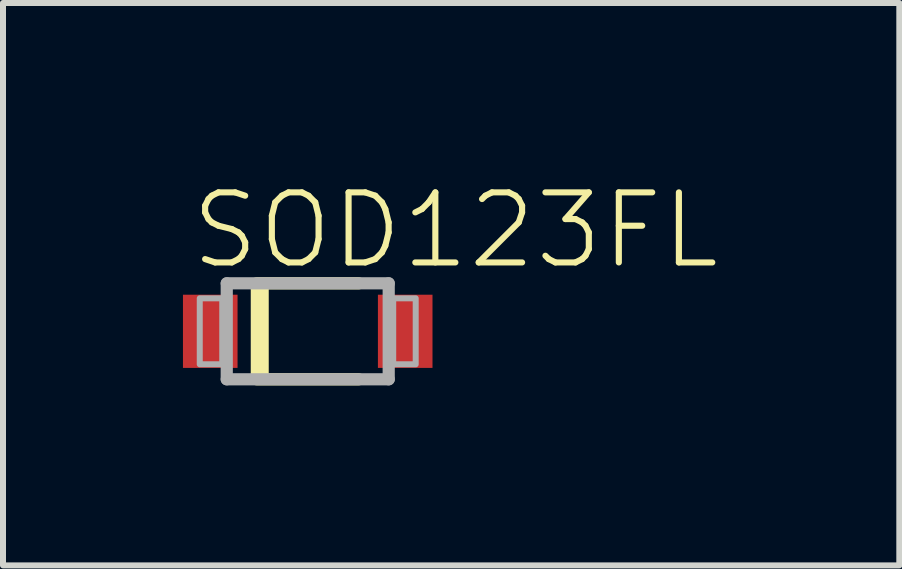
<source format=kicad_pcb>
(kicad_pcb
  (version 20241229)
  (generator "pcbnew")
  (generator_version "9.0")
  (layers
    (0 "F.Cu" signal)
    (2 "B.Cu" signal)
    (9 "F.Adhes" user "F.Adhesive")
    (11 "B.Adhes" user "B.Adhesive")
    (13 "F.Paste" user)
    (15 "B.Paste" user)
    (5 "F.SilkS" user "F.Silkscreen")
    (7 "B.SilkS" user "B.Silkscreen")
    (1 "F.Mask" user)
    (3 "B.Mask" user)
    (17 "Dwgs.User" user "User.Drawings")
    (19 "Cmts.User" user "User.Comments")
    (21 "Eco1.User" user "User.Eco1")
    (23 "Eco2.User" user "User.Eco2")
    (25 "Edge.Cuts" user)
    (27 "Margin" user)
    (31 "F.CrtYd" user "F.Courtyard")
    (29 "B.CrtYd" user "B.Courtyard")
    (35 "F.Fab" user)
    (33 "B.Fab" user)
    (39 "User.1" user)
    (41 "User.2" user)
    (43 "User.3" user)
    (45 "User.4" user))
  (footprint "SOD123FL"
    (layer "F.Cu")
    (at 2.08 2.473)
    (property "Reference" "SOD123FL" (at -2 -1 0) (layer "F.SilkS") (effects (font (size 1.168 1.168) (thickness 0.102)) (justify left bottom)))
    (fp_line (start -0.85 -0.8) (end 0.85 -0.8) (stroke (width 0.203) (type solid)) (layer "F.SilkS"))
    (fp_line (start 0.85 0.8) (end -0.85 0.8) (stroke (width 0.203) (type solid)) (layer "F.SilkS"))
    (fp_poly (pts (xy -0.95 0.775) (xy -0.65 0.775) (xy -0.65 -0.8) (xy -0.95 -0.8)) (stroke (width 0) (type solid)) (fill yes) (layer "F.SilkS"))
    (fp_line (start -1.35 -0.8) (end 1.35 -0.8) (stroke (width 0.203) (type solid)) (layer "F.Fab"))
    (fp_line (start -1.35 0.8) (end -1.35 -0.8) (stroke (width 0.203) (type solid)) (layer "F.Fab"))
    (fp_line (start 1.35 -0.8) (end 1.35 0.8) (stroke (width 0.203) (type solid)) (layer "F.Fab"))
    (fp_line (start 1.35 0.8) (end -1.35 0.8) (stroke (width 0.203) (type solid)) (layer "F.Fab"))
    (fp_poly (pts (xy -1.8 0.55) (xy -1.425 0.55) (xy -1.425 -0.55) (xy -1.8 -0.55)) (stroke (width 0.1) (type solid)) (fill no) (layer "F.Fab"))
    (fp_poly (pts (xy 1.8 -0.55) (xy 1.425 -0.55) (xy 1.425 0.55) (xy 1.8 0.55)) (stroke (width 0.1) (type solid)) (fill no) (layer "F.Fab"))
    (pad "A" smd rect (at 1.625 0) (size 0.91 1.22) (layers "F.Cu" "F.Mask" "F.Paste"))
    (pad "C" smd rect (at -1.625 0 180) (size 0.91 1.22) (layers "F.Cu" "F.Mask" "F.Paste")))
  (gr_rect
    (start -3 -3)
    (end 11.942 6.375)
    (stroke (width 0.1) (type default))
    (fill no)
    (layer "Edge.Cuts")))
</source>
